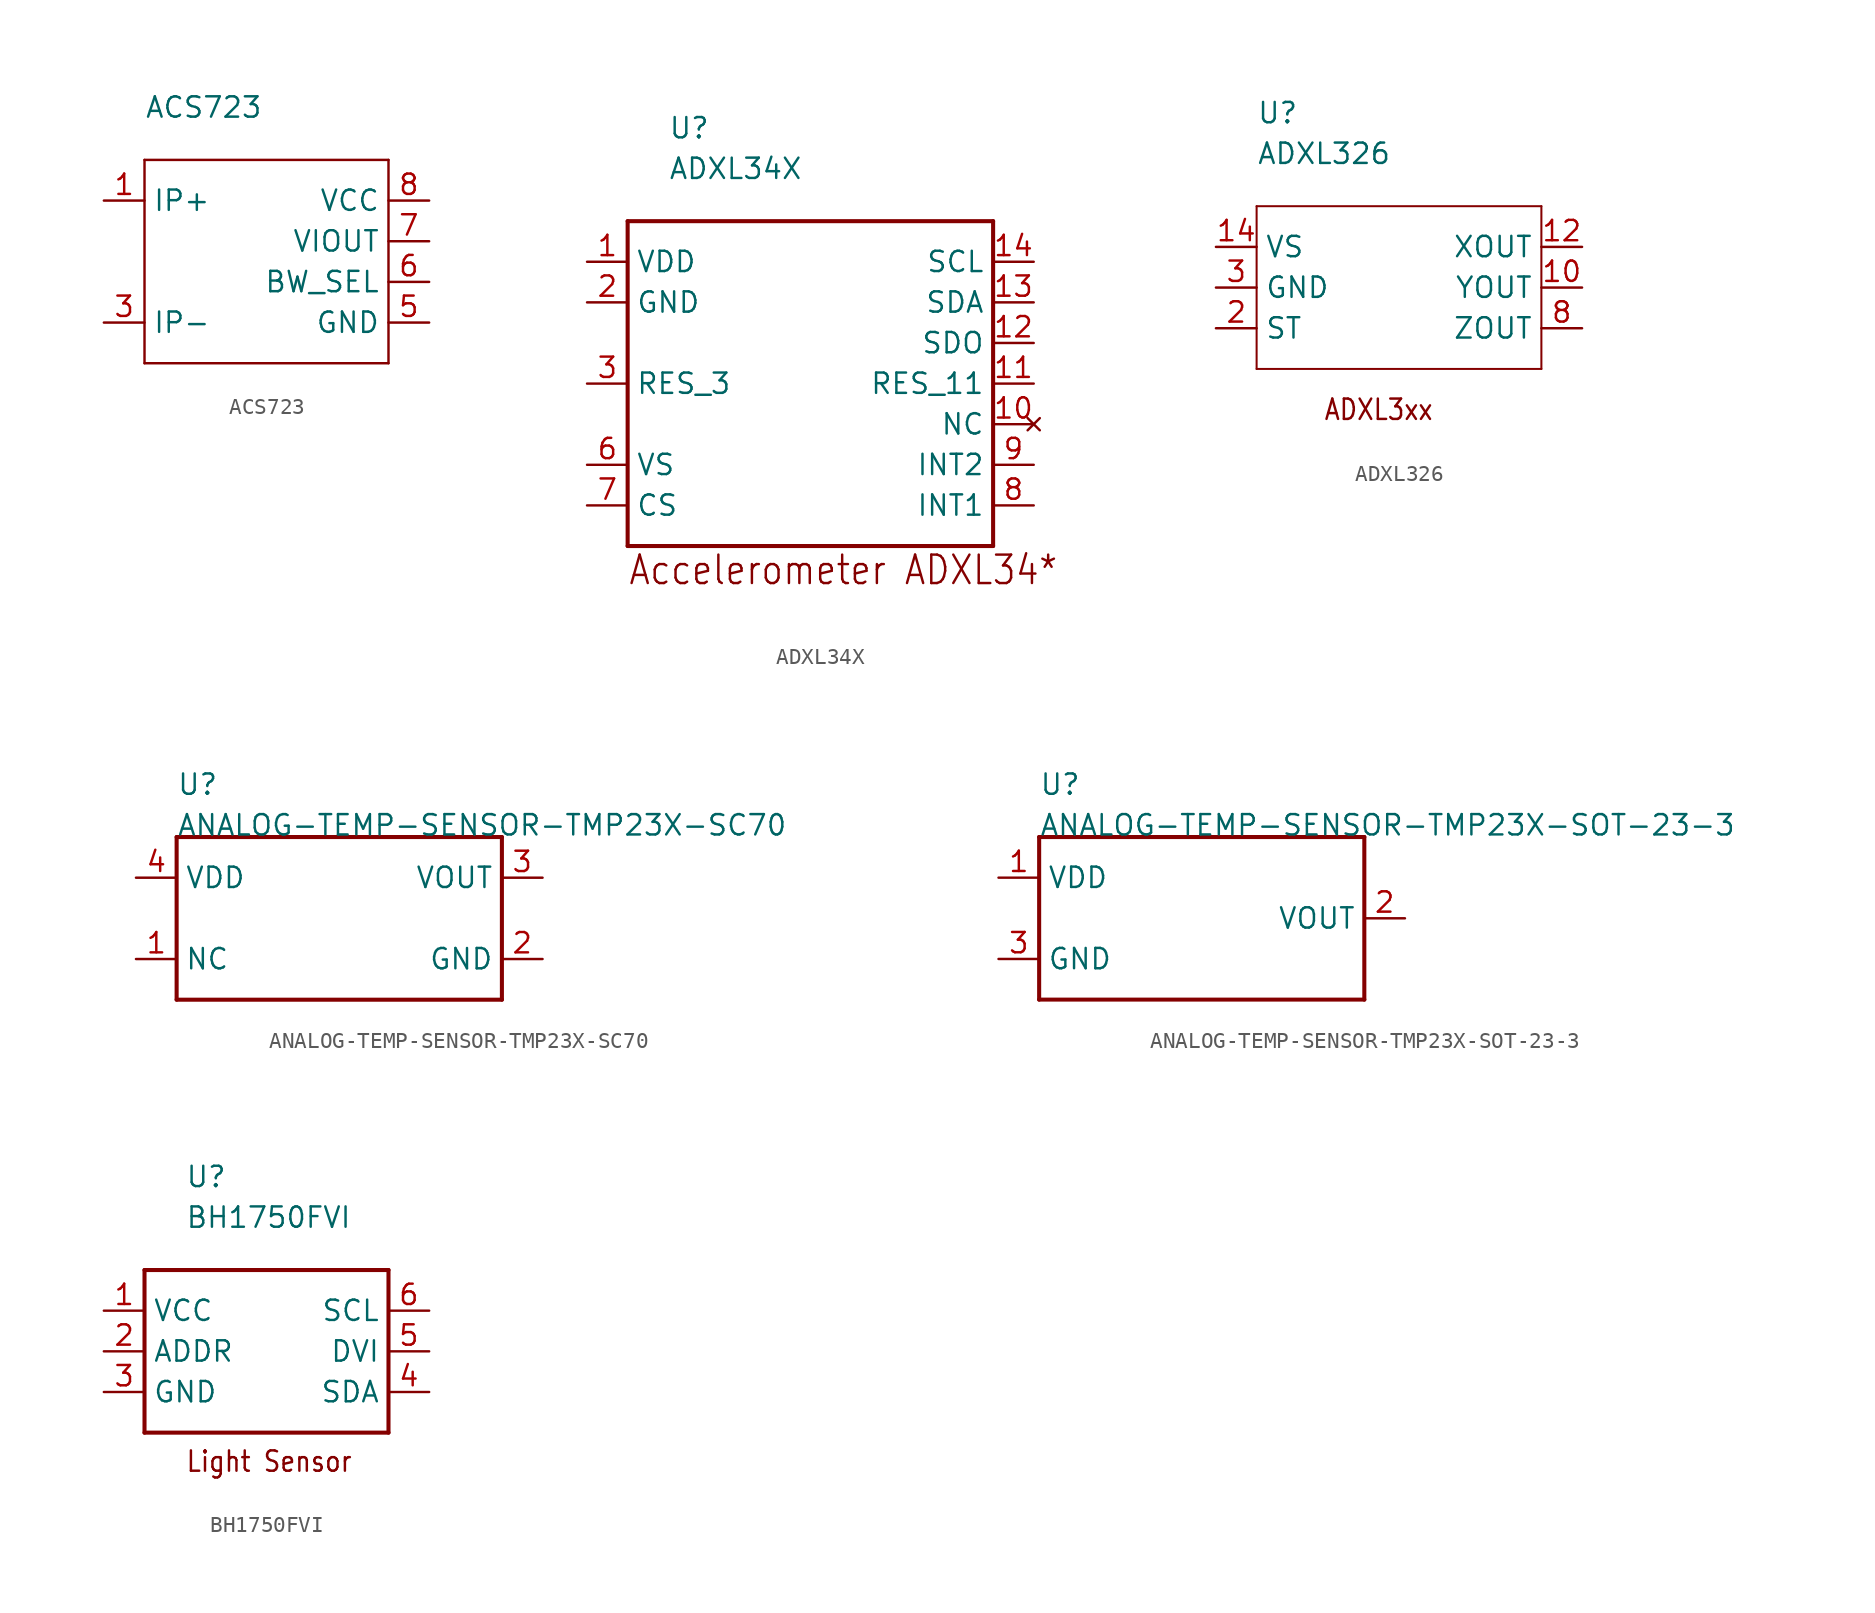
<source format=kicad_sym>
(kicad_symbol_lib
  (version 20211014)
  (generator kicad_symbol_editor)
  (symbol "ACS723"
    (pin_names)
    (property "Reference" "U"
      (at 0 0 0)
      (effects (font (size 1.27 1.27)) (justify left bottom) hide))
    (property "Value" "ACS723"
      (at -7.62 10.16 0)
      (effects (font (size 1.27 1.27)) (justify left bottom)))
    (property "Datasheet" ""
      (at 0 0 0))
    (property "ki_description" "ACS723   - SENSOR CURRENT HALL 20A AC/DC   Technical Specifications:     Current Sensor 20A 1 Channel Hall Effect, Open Loop Bidirectional)     Sensor Type: Hall Effect     Output Type: Ratiometric, Voltage     Accuracy: +/- 3%   Supply Voltage: 4.4 ~5.5V     Supply Current (MAX): 14mA     Bandwidth Options: 20kHz, 80kHz          Component Search:  ACS723    Datasheet:  ACS723 - High-Accuracy, Galvanically Isolated Current Sensor IC with Small Footprint SOIC8 Package  "
      (at 0 0 0))
    (property "ki_fp_filters" "FlashPCB_Sensors:SOIC-8-150MIL-3.9MM"
      (at 0 0 0))
    (symbol "ACS723_1_1"
      (polyline (pts (xy -7.62 7.62) (xy 7.62 7.62)) (stroke (width 0.152)) (fill (type none)))
      (polyline (pts (xy 7.62 7.62) (xy 7.62 -5.08)) (stroke (width 0.152)) (fill (type none)))
      (polyline (pts (xy 7.62 -5.08) (xy -7.62 -5.08)) (stroke (width 0.152)) (fill (type none)))
      (polyline (pts (xy -7.62 -5.08) (xy -7.62 7.62)) (stroke (width 0.152)) (fill (type none)))
      (pin bidirectional line (at -10.16 5.08 0) (length 2.54) (name "IP+" (effects (font (size 1.27 1.27)))) (number "1" (effects (font (size 1.27 1.27)))))
      (pin bidirectional line (at -10.16 5.08 0) (length 2.54) hide (name "IP+" (effects (font (size 1.27 1.27)))) (number "2" (effects (font (size 1.27 1.27)))))
      (pin bidirectional line (at -10.16 -2.54 0) (length 2.54) (name "IP-" (effects (font (size 1.27 1.27)))) (number "3" (effects (font (size 1.27 1.27)))))
      (pin bidirectional line (at -10.16 -2.54 0) (length 2.54) hide (name "IP-" (effects (font (size 1.27 1.27)))) (number "4" (effects (font (size 1.27 1.27)))))
      (pin bidirectional line (at 10.16 -2.54 180) (length 2.54) (name "GND" (effects (font (size 1.27 1.27)))) (number "5" (effects (font (size 1.27 1.27)))))
      (pin bidirectional line (at 10.16 0 180) (length 2.54) (name "BW_SEL" (effects (font (size 1.27 1.27)))) (number "6" (effects (font (size 1.27 1.27)))))
      (pin bidirectional line (at 10.16 2.54 180) (length 2.54) (name "VIOUT" (effects (font (size 1.27 1.27)))) (number "7" (effects (font (size 1.27 1.27)))))
      (pin bidirectional line (at 10.16 5.08 180) (length 2.54) (name "VCC" (effects (font (size 1.27 1.27)))) (number "8" (effects (font (size 1.27 1.27)))))))
  (symbol "ADXL34X"
    (pin_names)
    (property "Reference" "U"
      (at -7.62 15.24 0)
      (effects (font (size 1.27 1.27)) (justify left bottom)))
    (property "Value" "ADXL34X"
      (at -7.62 12.7 0)
      (effects (font (size 1.27 1.27)) (justify left bottom)))
    (property "Datasheet" ""
      (at 0 0 0))
    (property "ki_description" "ADXL343  - Digital MEMS Accelerometer   Technical Specifications:     Acceleration: up to ÃƒÆ’Ã¢â‚¬Å¡Ãƒâ€šÃ‚Â±16g    Supply Voltage Range: 2.0v - 3.6v    Output Voltage Range: 1.7v to Vs    Resolution: 3.9mg/LSB    Shock Survival: 10,000g       Component Search:  [DATA SHEET NAME]   Datasheet:  [ADXL343] "
      (at 0 0 0))
    (property "ki_fp_filters" "FlashPCB_Sensors:14-LGA(3X5)"
      (at 0 0 0))
    (symbol "ADXL34X_1_1"
      (text "Accelerometer ADXL34*" (at -10.16 -12.7 0) (effects (font (size 1.778 1.52)) (justify left bottom)))
      (polyline (pts (xy -10.16 10.16) (xy 12.7 10.16)) (stroke (width 0.254)) (fill (type none)))
      (polyline (pts (xy 12.7 10.16) (xy 12.7 -10.16)) (stroke (width 0.254)) (fill (type none)))
      (polyline (pts (xy 12.7 -10.16) (xy -10.16 -10.16)) (stroke (width 0.254)) (fill (type none)))
      (polyline (pts (xy -10.16 -10.16) (xy -10.16 10.16)) (stroke (width 0.254)) (fill (type none)))
      (pin bidirectional line (at -12.7 7.62 0) (length 2.54) (name "VDD" (effects (font (size 1.27 1.27)))) (number "1" (effects (font (size 1.27 1.27)))))
      (pin power_in line (at -12.7 5.08 0) (length 2.54) (name "GND" (effects (font (size 1.27 1.27)))) (number "2" (effects (font (size 1.27 1.27)))))
      (pin power_in line (at -12.7 5.08 0) (length 2.54) hide (name "GND" (effects (font (size 1.27 1.27)))) (number "4" (effects (font (size 1.27 1.27)))))
      (pin power_in line (at -12.7 5.08 0) (length 2.54) hide (name "GND" (effects (font (size 1.27 1.27)))) (number "5" (effects (font (size 1.27 1.27)))))
      (pin power_in line (at -12.7 0 0) (length 2.54) (name "RES_3" (effects (font (size 1.27 1.27)))) (number "3" (effects (font (size 1.27 1.27)))))
      (pin power_in line (at -12.7 -5.08 0) (length 2.54) (name "VS" (effects (font (size 1.27 1.27)))) (number "6" (effects (font (size 1.27 1.27)))))
      (pin input line (at -12.7 -7.62 0) (length 2.54) (name "CS" (effects (font (size 1.27 1.27)))) (number "7" (effects (font (size 1.27 1.27)))))
      (pin output line (at 15.24 -7.62 180) (length 2.54) (name "INT1" (effects (font (size 1.27 1.27)))) (number "8" (effects (font (size 1.27 1.27)))))
      (pin output line (at 15.24 -5.08 180) (length 2.54) (name "INT2" (effects (font (size 1.27 1.27)))) (number "9" (effects (font (size 1.27 1.27)))))
      (pin no_connect line (at 15.24 -2.54 180) (length 2.54) (name "NC" (effects (font (size 1.27 1.27)))) (number "10" (effects (font (size 1.27 1.27)))))
      (pin power_in line (at 15.24 0 180) (length 2.54) (name "RES_11" (effects (font (size 1.27 1.27)))) (number "11" (effects (font (size 1.27 1.27)))))
      (pin output line (at 15.24 2.54 180) (length 2.54) (name "SDO" (effects (font (size 1.27 1.27)))) (number "12" (effects (font (size 1.27 1.27)))))
      (pin input line (at 15.24 5.08 180) (length 2.54) (name "SDA" (effects (font (size 1.27 1.27)))) (number "13" (effects (font (size 1.27 1.27)))))
      (pin bidirectional line (at 15.24 7.62 180) (length 2.54) (name "SCL" (effects (font (size 1.27 1.27)))) (number "14" (effects (font (size 1.27 1.27)))))))
  (symbol "ADXL326"
    (pin_names)
    (property "Reference" "U"
      (at -7.62 10.16 0)
      (effects (font (size 1.27 1.27)) (justify left bottom)))
    (property "Value" "ADXL326"
      (at -7.62 7.62 0)
      (effects (font (size 1.27 1.27)) (justify left bottom)))
    (property "Datasheet" ""
      (at 0 0 0))
    (property "ki_description" "ADXL326  -Accelerometer X, Y, Z Axis ÃƒÆ’Ã¢â‚¬Å¡Ãƒâ€šÃ‚Â±19g 1.6kHz (X,Y), 550Hz (Z)   Technical Specifications:    Bandwidth: 1.6kHz (X,Y), 550Hz (Z)   Shock Survival: 10,000 g        Component Search:  [DATA SHEET NAME]   Datasheet:  ADXL326 "
      (at 0 0 0))
    (property "ki_fp_filters" "FlashPCB_Sensors:16-LQFN-EXPOSED-PAD"
      (at 0 0 0))
    (symbol "ADXL326_1_1"
      (text "ADXL3xx" (at 0 -7.62 0) (effects (font (size 1.27 1.086))))
      (polyline (pts (xy -7.62 5.08) (xy 10.16 5.08)) (stroke (width 0.127)) (fill (type none)))
      (polyline (pts (xy 10.16 5.08) (xy 10.16 -5.08)) (stroke (width 0.127)) (fill (type none)))
      (polyline (pts (xy 10.16 -5.08) (xy -7.62 -5.08)) (stroke (width 0.127)) (fill (type none)))
      (polyline (pts (xy -7.62 -5.08) (xy -7.62 5.08)) (stroke (width 0.127)) (fill (type none)))
      (pin bidirectional line (at -10.16 -2.54 0) (length 2.54) (name "ST" (effects (font (size 1.27 1.27)))) (number "2" (effects (font (size 1.27 1.27)))))
      (pin power_in line (at -10.16 0 0) (length 2.54) (name "GND" (effects (font (size 1.27 1.27)))) (number "3" (effects (font (size 1.27 1.27)))))
      (pin power_in line (at -10.16 0 0) (length 2.54) hide (name "GND" (effects (font (size 1.27 1.27)))) (number "5" (effects (font (size 1.27 1.27)))))
      (pin power_in line (at -10.16 0 0) (length 2.54) hide (name "GND" (effects (font (size 1.27 1.27)))) (number "6" (effects (font (size 1.27 1.27)))))
      (pin power_in line (at -10.16 0 0) (length 2.54) hide (name "GND" (effects (font (size 1.27 1.27)))) (number "7" (effects (font (size 1.27 1.27)))))
      (pin bidirectional line (at 12.7 -2.54 180) (length 2.54) (name "ZOUT" (effects (font (size 1.27 1.27)))) (number "8" (effects (font (size 1.27 1.27)))))
      (pin output line (at 12.7 0 180) (length 2.54) (name "YOUT" (effects (font (size 1.27 1.27)))) (number "10" (effects (font (size 1.27 1.27)))))
      (pin power_in line (at -10.16 2.54 0) (length 2.54) (name "VS" (effects (font (size 1.27 1.27)))) (number "14" (effects (font (size 1.27 1.27)))))
      (pin power_in line (at -10.16 2.54 0) (length 2.54) hide (name "VS" (effects (font (size 1.27 1.27)))) (number "15" (effects (font (size 1.27 1.27)))))
      (pin bidirectional line (at 12.7 2.54 180) (length 2.54) (name "XOUT" (effects (font (size 1.27 1.27)))) (number "12" (effects (font (size 1.27 1.27)))))))
  (symbol "ANALOG-TEMP-SENSOR-TMP23X-SC70"
    (pin_names)
    (property "Reference" "U"
      (at -10.16 7.62 0)
      (effects (font (size 1.27 1.27)) (justify left bottom)))
    (property "Value" "ANALOG-TEMP-SENSOR-TMP23X-SC70"
      (at -10.16 5.08 0)
      (effects (font (size 1.27 1.27)) (justify left bottom)))
    (property "Datasheet" ""
      (at 0 0 0))
    (property "ki_description" "TMP235/TMP236  - IC TEMP SENSOR  Technical Specifications:    Temperature Sensor Analog, Local -40°C ~ 150°C 10mV/°C SC70-5   Sensing Temperature: -40*C ~ 150*C   Output Type: Analog Voltage   Supply Voltage: 2.3V~5.5V(TMP235), 3.1V~5.5V(TM236)   Resolution: 10mV / 1*C        Component Search:  TMP235 / TMP236   Datasheet:  TMP23x-Q1 Automotive Grade, High-Accuracy Analog Output Temperature Sensors datasheet (Rev. D)  "
      (at 0 0 0))
    (property "ki_fp_filters" "FlashPCB_Sensors:SC-70-5"
      (at 0 0 0))
    (symbol "ANALOG-TEMP-SENSOR-TMP23X-SC70_1_1"
      (polyline (pts (xy -10.16 5.08) (xy 10.16 5.08)) (stroke (width 0.254)) (fill (type none)))
      (polyline (pts (xy 10.16 5.08) (xy 10.16 -5.08)) (stroke (width 0.254)) (fill (type none)))
      (polyline (pts (xy 10.16 -5.08) (xy -10.16 -5.08)) (stroke (width 0.254)) (fill (type none)))
      (polyline (pts (xy -10.16 -5.08) (xy -10.16 5.08)) (stroke (width 0.254)) (fill (type none)))
      (pin bidirectional line (at -12.7 2.54 0) (length 2.54) (name "VDD" (effects (font (size 1.27 1.27)))) (number "4" (effects (font (size 1.27 1.27)))))
      (pin bidirectional line (at 12.7 2.54 180) (length 2.54) (name "VOUT" (effects (font (size 1.27 1.27)))) (number "3" (effects (font (size 1.27 1.27)))))
      (pin bidirectional line (at 12.7 -2.54 180) (length 2.54) (name "GND" (effects (font (size 1.27 1.27)))) (number "2" (effects (font (size 1.27 1.27)))))
      (pin bidirectional line (at -12.7 -2.54 0) (length 2.54) (name "NC" (effects (font (size 1.27 1.27)))) (number "1" (effects (font (size 1.27 1.27)))))
      (pin bidirectional line (at -12.7 -2.54 0) (length 2.54) hide (name "NC" (effects (font (size 1.27 1.27)))) (number "5" (effects (font (size 1.27 1.27)))))))
  (symbol "ANALOG-TEMP-SENSOR-TMP23X-SOT-23-3"
    (pin_names)
    (property "Reference" "U"
      (at -10.16 7.62 0)
      (effects (font (size 1.27 1.27)) (justify left bottom)))
    (property "Value" "ANALOG-TEMP-SENSOR-TMP23X-SOT-23-3"
      (at -10.16 5.08 0)
      (effects (font (size 1.27 1.27)) (justify left bottom)))
    (property "Datasheet" ""
      (at 0 0 0))
    (property "ki_description" "TMP235/TMP236  - IC TEMP SENSOR  Technical Specifications:    Temperature Sensor Analog, Local -40°C ~ 150°C 10mV/°C SOT-23-3   Sensing Temperature: -40*C ~ 150*C   Output Type: Analog Voltage   Supply Voltage: 2.3V~5.5V(TMP235), 3.1V~5.5V(TM236)   Resolution: 10mV / 1*C        Component Search:  TMP235 / TMP236   Datasheet:  TMP23x-Q1 Automotive Grade, High-Accuracy Analog Output Temperature Sensors datasheet (Rev. D)  "
      (at 0 0 0))
    (property "ki_fp_filters" "FlashPCB_Sensors:SOT-23-3"
      (at 0 0 0))
    (symbol "ANALOG-TEMP-SENSOR-TMP23X-SOT-23-3_1_1"
      (polyline (pts (xy -10.16 5.08) (xy 10.16 5.08)) (stroke (width 0.254)) (fill (type none)))
      (polyline (pts (xy 10.16 5.08) (xy 10.16 -5.08)) (stroke (width 0.254)) (fill (type none)))
      (polyline (pts (xy 10.16 -5.08) (xy -10.16 -5.08)) (stroke (width 0.254)) (fill (type none)))
      (polyline (pts (xy -10.16 -5.08) (xy -10.16 5.08)) (stroke (width 0.254)) (fill (type none)))
      (pin bidirectional line (at -12.7 2.54 0) (length 2.54) (name "VDD" (effects (font (size 1.27 1.27)))) (number "1" (effects (font (size 1.27 1.27)))))
      (pin bidirectional line (at 12.7 0 180) (length 2.54) (name "VOUT" (effects (font (size 1.27 1.27)))) (number "2" (effects (font (size 1.27 1.27)))))
      (pin bidirectional line (at -12.7 -2.54 0) (length 2.54) (name "GND" (effects (font (size 1.27 1.27)))) (number "3" (effects (font (size 1.27 1.27)))))))
  (symbol "BH1750FVI"
    (pin_names)
    (property "Reference" "U"
      (at -5.08 10.16 0)
      (effects (font (size 1.27 1.27)) (justify left bottom)))
    (property "Value" "BH1750FVI"
      (at -5.08 7.62 0)
      (effects (font (size 1.27 1.27)) (justify left bottom)))
    (property "Datasheet" ""
      (at 0 0 0))
    (property "ki_description" "BH1750FVI  - Digital 16bit Serial Output Type Ambient Light Sensor IC   Technical Specifications:    Measurement variation: +/- 20%   Measurement range: min .11 lx , max 100000 lx       Component Search:  BH1750FVI   Datasheet:  BH1750FVI : Sensor ICs "
      (at 0 0 0))
    (property "ki_fp_filters" "FlashPCB_Sensors:6-WSOF-BH1750"
      (at 0 0 0))
    (symbol "BH1750FVI_1_1"
      (text "Light Sensor" (at -5.08 -7.62 0) (effects (font (size 1.27 1.086)) (justify left bottom)))
      (polyline (pts (xy -7.62 5.08) (xy 7.62 5.08)) (stroke (width 0.254)) (fill (type none)))
      (polyline (pts (xy 7.62 5.08) (xy 7.62 -5.08)) (stroke (width 0.254)) (fill (type none)))
      (polyline (pts (xy 7.62 -5.08) (xy -7.62 -5.08)) (stroke (width 0.254)) (fill (type none)))
      (polyline (pts (xy -7.62 -5.08) (xy -7.62 5.08)) (stroke (width 0.254)) (fill (type none)))
      (pin power_in line (at -10.16 2.54 0) (length 2.54) (name "VCC" (effects (font (size 1.27 1.27)))) (number "1" (effects (font (size 1.27 1.27)))))
      (pin bidirectional line (at -10.16 0 0) (length 2.54) (name "ADDR" (effects (font (size 1.27 1.27)))) (number "2" (effects (font (size 1.27 1.27)))))
      (pin power_in line (at -10.16 -2.54 0) (length 2.54) (name "GND" (effects (font (size 1.27 1.27)))) (number "3" (effects (font (size 1.27 1.27)))))
      (pin bidirectional line (at 10.16 -2.54 180) (length 2.54) (name "SDA" (effects (font (size 1.27 1.27)))) (number "4" (effects (font (size 1.27 1.27)))))
      (pin bidirectional line (at 10.16 0 180) (length 2.54) (name "DVI" (effects (font (size 1.27 1.27)))) (number "5" (effects (font (size 1.27 1.27)))))
      (pin bidirectional line (at 10.16 2.54 180) (length 2.54) (name "SCL" (effects (font (size 1.27 1.27)))) (number "6" (effects (font (size 1.27 1.27))))))))
</source>
